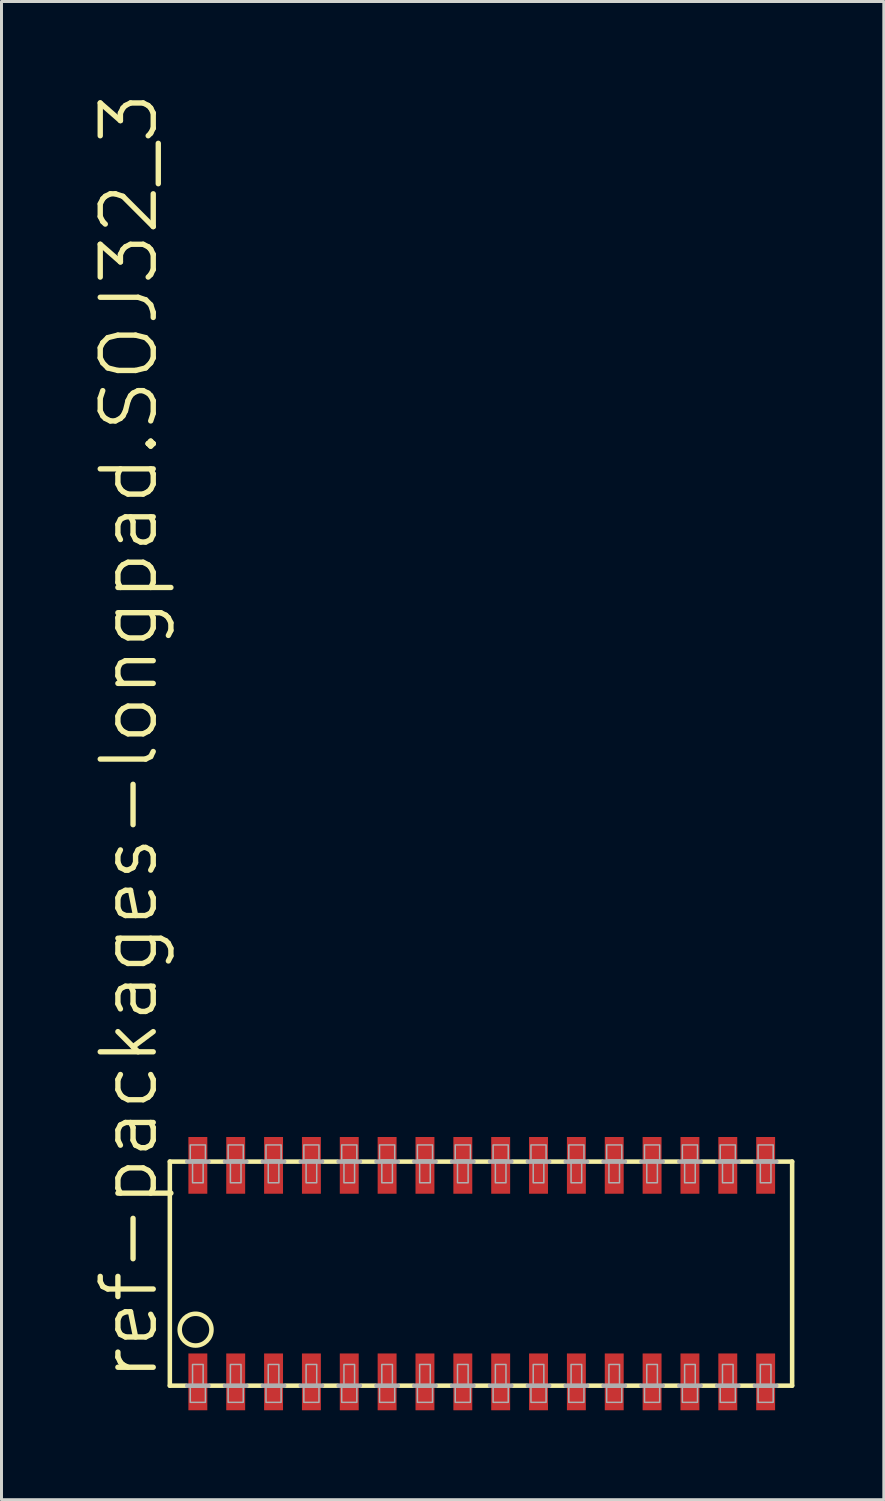
<source format=kicad_pcb>
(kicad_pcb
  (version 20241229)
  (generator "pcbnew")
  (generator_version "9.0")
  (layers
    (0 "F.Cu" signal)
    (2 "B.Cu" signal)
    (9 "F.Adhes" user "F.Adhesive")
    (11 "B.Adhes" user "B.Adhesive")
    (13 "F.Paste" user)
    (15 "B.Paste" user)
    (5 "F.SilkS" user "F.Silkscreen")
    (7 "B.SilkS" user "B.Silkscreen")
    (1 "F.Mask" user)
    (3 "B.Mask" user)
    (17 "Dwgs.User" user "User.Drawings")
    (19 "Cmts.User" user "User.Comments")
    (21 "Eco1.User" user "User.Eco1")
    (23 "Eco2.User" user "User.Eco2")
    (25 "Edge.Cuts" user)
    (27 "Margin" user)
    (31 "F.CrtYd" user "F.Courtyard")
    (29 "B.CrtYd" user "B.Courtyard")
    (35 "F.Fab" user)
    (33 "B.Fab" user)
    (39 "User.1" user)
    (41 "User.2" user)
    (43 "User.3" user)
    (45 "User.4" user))
  (footprint "ref-packages-longpad.SOJ32_3"
    (layer "F.Cu")
    (at 13.113 39.681)
    (property "Reference" "ref-packages-longpad.SOJ32_3" (at -10.795 3.683 90) (layer "F.SilkS") (effects (font (size 1.778 1.778) (thickness 0.18)) (justify left bottom)))
    (attr smd)
    (fp_line (start -10.465 -3.759) (end -10.465 3.759) (stroke (width 0.152) (type default)) (layer "F.SilkS"))
    (fp_line (start -10.465 -3.759) (end -9.931 -3.759) (stroke (width 0.152) (type default)) (layer "F.SilkS"))
    (fp_line (start -10.465 3.759) (end -9.931 3.759) (stroke (width 0.152) (type default)) (layer "F.SilkS"))
    (fp_line (start -9.119 -3.759) (end -8.661 -3.759) (stroke (width 0.152) (type default)) (layer "F.SilkS"))
    (fp_line (start -8.661 3.759) (end -9.119 3.759) (stroke (width 0.152) (type default)) (layer "F.SilkS"))
    (fp_line (start -7.849 -3.759) (end -7.391 -3.759) (stroke (width 0.152) (type default)) (layer "F.SilkS"))
    (fp_line (start -7.391 3.759) (end -7.849 3.759) (stroke (width 0.152) (type default)) (layer "F.SilkS"))
    (fp_line (start -6.579 -3.759) (end -6.121 -3.759) (stroke (width 0.152) (type default)) (layer "F.SilkS"))
    (fp_line (start -6.121 3.759) (end -6.579 3.759) (stroke (width 0.152) (type default)) (layer "F.SilkS"))
    (fp_line (start -5.309 -3.759) (end -4.851 -3.759) (stroke (width 0.152) (type default)) (layer "F.SilkS"))
    (fp_line (start -4.851 3.759) (end -5.309 3.759) (stroke (width 0.152) (type default)) (layer "F.SilkS"))
    (fp_line (start -4.039 -3.759) (end -3.581 -3.759) (stroke (width 0.152) (type default)) (layer "F.SilkS"))
    (fp_line (start -3.581 3.759) (end -4.039 3.759) (stroke (width 0.152) (type default)) (layer "F.SilkS"))
    (fp_line (start -2.769 -3.759) (end -2.311 -3.759) (stroke (width 0.152) (type default)) (layer "F.SilkS"))
    (fp_line (start -2.311 3.759) (end -2.769 3.759) (stroke (width 0.152) (type default)) (layer "F.SilkS"))
    (fp_line (start -1.499 -3.759) (end -1.041 -3.759) (stroke (width 0.152) (type default)) (layer "F.SilkS"))
    (fp_line (start -1.041 3.759) (end -1.499 3.759) (stroke (width 0.152) (type default)) (layer "F.SilkS"))
    (fp_line (start -0.229 -3.759) (end 0.229 -3.759) (stroke (width 0.152) (type default)) (layer "F.SilkS"))
    (fp_line (start 0.229 3.759) (end -0.229 3.759) (stroke (width 0.152) (type default)) (layer "F.SilkS"))
    (fp_line (start 1.041 -3.759) (end 1.499 -3.759) (stroke (width 0.152) (type default)) (layer "F.SilkS"))
    (fp_line (start 1.499 3.759) (end 1.041 3.759) (stroke (width 0.152) (type default)) (layer "F.SilkS"))
    (fp_line (start 2.311 -3.759) (end 2.769 -3.759) (stroke (width 0.152) (type default)) (layer "F.SilkS"))
    (fp_line (start 2.769 3.759) (end 2.311 3.759) (stroke (width 0.152) (type default)) (layer "F.SilkS"))
    (fp_line (start 3.581 -3.759) (end 4.039 -3.759) (stroke (width 0.152) (type default)) (layer "F.SilkS"))
    (fp_line (start 4.039 3.759) (end 3.581 3.759) (stroke (width 0.152) (type default)) (layer "F.SilkS"))
    (fp_line (start 4.851 -3.759) (end 5.309 -3.759) (stroke (width 0.152) (type default)) (layer "F.SilkS"))
    (fp_line (start 5.309 3.759) (end 4.851 3.759) (stroke (width 0.152) (type default)) (layer "F.SilkS"))
    (fp_line (start 6.121 -3.759) (end 6.579 -3.759) (stroke (width 0.152) (type default)) (layer "F.SilkS"))
    (fp_line (start 6.579 3.759) (end 6.121 3.759) (stroke (width 0.152) (type default)) (layer "F.SilkS"))
    (fp_line (start 7.391 -3.759) (end 7.849 -3.759) (stroke (width 0.152) (type default)) (layer "F.SilkS"))
    (fp_line (start 7.849 3.759) (end 7.391 3.759) (stroke (width 0.152) (type default)) (layer "F.SilkS"))
    (fp_line (start 8.661 -3.759) (end 9.119 -3.759) (stroke (width 0.152) (type default)) (layer "F.SilkS"))
    (fp_line (start 9.119 3.759) (end 8.661 3.759) (stroke (width 0.152) (type default)) (layer "F.SilkS"))
    (fp_line (start 10.414 -3.759) (end 9.931 -3.759) (stroke (width 0.152) (type default)) (layer "F.SilkS"))
    (fp_line (start 10.414 3.759) (end 9.931 3.759) (stroke (width 0.152) (type default)) (layer "F.SilkS"))
    (fp_line (start 10.414 3.759) (end 10.414 -3.759) (stroke (width 0.152) (type default)) (layer "F.SilkS"))
    (fp_circle (center -9.601 1.88) (end -9.068 1.88) (stroke (width 0.152) (type default)) (fill no) (layer "F.SilkS"))
    (fp_line (start -9.881 -3.759) (end -9.169 -3.759) (stroke (width 0.152) (type default)) (layer "F.Fab"))
    (fp_line (start -9.881 3.759) (end -9.169 3.759) (stroke (width 0.152) (type default)) (layer "F.Fab"))
    (fp_line (start -8.611 -3.759) (end -7.899 -3.759) (stroke (width 0.152) (type default)) (layer "F.Fab"))
    (fp_line (start -7.899 3.759) (end -8.611 3.759) (stroke (width 0.152) (type default)) (layer "F.Fab"))
    (fp_line (start -7.341 -3.759) (end -6.629 -3.759) (stroke (width 0.152) (type default)) (layer "F.Fab"))
    (fp_line (start -6.629 3.759) (end -7.341 3.759) (stroke (width 0.152) (type default)) (layer "F.Fab"))
    (fp_line (start -6.071 -3.759) (end -5.359 -3.759) (stroke (width 0.152) (type default)) (layer "F.Fab"))
    (fp_line (start -5.359 3.759) (end -6.071 3.759) (stroke (width 0.152) (type default)) (layer "F.Fab"))
    (fp_line (start -4.801 -3.759) (end -4.089 -3.759) (stroke (width 0.152) (type default)) (layer "F.Fab"))
    (fp_line (start -4.089 3.759) (end -4.801 3.759) (stroke (width 0.152) (type default)) (layer "F.Fab"))
    (fp_line (start -3.531 -3.759) (end -2.819 -3.759) (stroke (width 0.152) (type default)) (layer "F.Fab"))
    (fp_line (start -2.819 3.759) (end -3.531 3.759) (stroke (width 0.152) (type default)) (layer "F.Fab"))
    (fp_line (start -2.261 -3.759) (end -1.549 -3.759) (stroke (width 0.152) (type default)) (layer "F.Fab"))
    (fp_line (start -1.549 3.759) (end -2.261 3.759) (stroke (width 0.152) (type default)) (layer "F.Fab"))
    (fp_line (start -0.991 -3.759) (end -0.279 -3.759) (stroke (width 0.152) (type default)) (layer "F.Fab"))
    (fp_line (start -0.279 3.759) (end -0.991 3.759) (stroke (width 0.152) (type default)) (layer "F.Fab"))
    (fp_line (start 0.279 -3.759) (end 0.991 -3.759) (stroke (width 0.152) (type default)) (layer "F.Fab"))
    (fp_line (start 0.991 3.759) (end 0.279 3.759) (stroke (width 0.152) (type default)) (layer "F.Fab"))
    (fp_line (start 1.549 -3.759) (end 2.261 -3.759) (stroke (width 0.152) (type default)) (layer "F.Fab"))
    (fp_line (start 2.261 3.759) (end 1.549 3.759) (stroke (width 0.152) (type default)) (layer "F.Fab"))
    (fp_line (start 2.819 -3.759) (end 3.531 -3.759) (stroke (width 0.152) (type default)) (layer "F.Fab"))
    (fp_line (start 3.531 3.759) (end 2.819 3.759) (stroke (width 0.152) (type default)) (layer "F.Fab"))
    (fp_line (start 4.089 -3.759) (end 4.801 -3.759) (stroke (width 0.152) (type default)) (layer "F.Fab"))
    (fp_line (start 4.801 3.759) (end 4.089 3.759) (stroke (width 0.152) (type default)) (layer "F.Fab"))
    (fp_line (start 5.359 -3.759) (end 6.071 -3.759) (stroke (width 0.152) (type default)) (layer "F.Fab"))
    (fp_line (start 6.071 3.759) (end 5.359 3.759) (stroke (width 0.152) (type default)) (layer "F.Fab"))
    (fp_line (start 6.629 -3.759) (end 7.341 -3.759) (stroke (width 0.152) (type default)) (layer "F.Fab"))
    (fp_line (start 7.341 3.759) (end 6.629 3.759) (stroke (width 0.152) (type default)) (layer "F.Fab"))
    (fp_line (start 7.899 -3.759) (end 8.611 -3.759) (stroke (width 0.152) (type default)) (layer "F.Fab"))
    (fp_line (start 8.611 3.759) (end 7.899 3.759) (stroke (width 0.152) (type default)) (layer "F.Fab"))
    (fp_line (start 9.881 -3.759) (end 9.169 -3.759) (stroke (width 0.152) (type default)) (layer "F.Fab"))
    (fp_line (start 9.881 3.759) (end 9.169 3.759) (stroke (width 0.152) (type default)) (layer "F.Fab"))
    (fp_rect (start -9.779 -3.81) (end -9.271 -4.318) (stroke (width 0.05) (type default)) (fill no) (layer "F.Fab"))
    (fp_rect (start -9.779 4.318) (end -9.271 3.81) (stroke (width 0.05) (type default)) (fill no) (layer "F.Fab"))
    (fp_rect (start -9.703 -3.048) (end -9.347 -3.81) (stroke (width 0.05) (type default)) (fill no) (layer "F.Fab"))
    (fp_rect (start -9.703 3.81) (end -9.347 3.048) (stroke (width 0.05) (type default)) (fill no) (layer "F.Fab"))
    (fp_rect (start -8.509 -3.81) (end -8.001 -4.318) (stroke (width 0.05) (type default)) (fill no) (layer "F.Fab"))
    (fp_rect (start -8.509 4.318) (end -8.001 3.81) (stroke (width 0.05) (type default)) (fill no) (layer "F.Fab"))
    (fp_rect (start -8.433 -3.048) (end -8.077 -3.81) (stroke (width 0.05) (type default)) (fill no) (layer "F.Fab"))
    (fp_rect (start -8.433 3.81) (end -8.077 3.048) (stroke (width 0.05) (type default)) (fill no) (layer "F.Fab"))
    (fp_rect (start -7.239 -3.81) (end -6.731 -4.318) (stroke (width 0.05) (type default)) (fill no) (layer "F.Fab"))
    (fp_rect (start -7.239 4.318) (end -6.731 3.81) (stroke (width 0.05) (type default)) (fill no) (layer "F.Fab"))
    (fp_rect (start -7.163 -3.048) (end -6.807 -3.81) (stroke (width 0.05) (type default)) (fill no) (layer "F.Fab"))
    (fp_rect (start -7.163 3.81) (end -6.807 3.048) (stroke (width 0.05) (type default)) (fill no) (layer "F.Fab"))
    (fp_rect (start -5.969 -3.81) (end -5.461 -4.318) (stroke (width 0.05) (type default)) (fill no) (layer "F.Fab"))
    (fp_rect (start -5.969 4.318) (end -5.461 3.81) (stroke (width 0.05) (type default)) (fill no) (layer "F.Fab"))
    (fp_rect (start -5.893 -3.048) (end -5.537 -3.81) (stroke (width 0.05) (type default)) (fill no) (layer "F.Fab"))
    (fp_rect (start -5.893 3.81) (end -5.537 3.048) (stroke (width 0.05) (type default)) (fill no) (layer "F.Fab"))
    (fp_rect (start -4.699 -3.81) (end -4.191 -4.318) (stroke (width 0.05) (type default)) (fill no) (layer "F.Fab"))
    (fp_rect (start -4.699 4.318) (end -4.191 3.81) (stroke (width 0.05) (type default)) (fill no) (layer "F.Fab"))
    (fp_rect (start -4.623 -3.048) (end -4.267 -3.81) (stroke (width 0.05) (type default)) (fill no) (layer "F.Fab"))
    (fp_rect (start -4.623 3.81) (end -4.267 3.048) (stroke (width 0.05) (type default)) (fill no) (layer "F.Fab"))
    (fp_rect (start -3.429 -3.81) (end -2.921 -4.318) (stroke (width 0.05) (type default)) (fill no) (layer "F.Fab"))
    (fp_rect (start -3.429 4.318) (end -2.921 3.81) (stroke (width 0.05) (type default)) (fill no) (layer "F.Fab"))
    (fp_rect (start -3.353 -3.048) (end -2.997 -3.81) (stroke (width 0.05) (type default)) (fill no) (layer "F.Fab"))
    (fp_rect (start -3.353 3.81) (end -2.997 3.048) (stroke (width 0.05) (type default)) (fill no) (layer "F.Fab"))
    (fp_rect (start -2.159 -3.81) (end -1.651 -4.318) (stroke (width 0.05) (type default)) (fill no) (layer "F.Fab"))
    (fp_rect (start -2.159 4.318) (end -1.651 3.81) (stroke (width 0.05) (type default)) (fill no) (layer "F.Fab"))
    (fp_rect (start -2.083 -3.048) (end -1.727 -3.81) (stroke (width 0.05) (type default)) (fill no) (layer "F.Fab"))
    (fp_rect (start -2.083 3.81) (end -1.727 3.048) (stroke (width 0.05) (type default)) (fill no) (layer "F.Fab"))
    (fp_rect (start -0.889 -3.81) (end -0.381 -4.318) (stroke (width 0.05) (type default)) (fill no) (layer "F.Fab"))
    (fp_rect (start -0.889 4.318) (end -0.381 3.81) (stroke (width 0.05) (type default)) (fill no) (layer "F.Fab"))
    (fp_rect (start -0.813 -3.048) (end -0.457 -3.81) (stroke (width 0.05) (type default)) (fill no) (layer "F.Fab"))
    (fp_rect (start -0.813 3.81) (end -0.457 3.048) (stroke (width 0.05) (type default)) (fill no) (layer "F.Fab"))
    (fp_rect (start 0.381 -3.81) (end 0.889 -4.318) (stroke (width 0.05) (type default)) (fill no) (layer "F.Fab"))
    (fp_rect (start 0.381 4.318) (end 0.889 3.81) (stroke (width 0.05) (type default)) (fill no) (layer "F.Fab"))
    (fp_rect (start 0.457 -3.048) (end 0.813 -3.81) (stroke (width 0.05) (type default)) (fill no) (layer "F.Fab"))
    (fp_rect (start 0.457 3.81) (end 0.813 3.048) (stroke (width 0.05) (type default)) (fill no) (layer "F.Fab"))
    (fp_rect (start 1.651 -3.81) (end 2.159 -4.318) (stroke (width 0.05) (type default)) (fill no) (layer "F.Fab"))
    (fp_rect (start 1.651 4.318) (end 2.159 3.81) (stroke (width 0.05) (type default)) (fill no) (layer "F.Fab"))
    (fp_rect (start 1.727 -3.048) (end 2.083 -3.81) (stroke (width 0.05) (type default)) (fill no) (layer "F.Fab"))
    (fp_rect (start 1.727 3.81) (end 2.083 3.048) (stroke (width 0.05) (type default)) (fill no) (layer "F.Fab"))
    (fp_rect (start 2.921 -3.81) (end 3.429 -4.318) (stroke (width 0.05) (type default)) (fill no) (layer "F.Fab"))
    (fp_rect (start 2.921 4.318) (end 3.429 3.81) (stroke (width 0.05) (type default)) (fill no) (layer "F.Fab"))
    (fp_rect (start 2.997 -3.048) (end 3.353 -3.81) (stroke (width 0.05) (type default)) (fill no) (layer "F.Fab"))
    (fp_rect (start 2.997 3.81) (end 3.353 3.048) (stroke (width 0.05) (type default)) (fill no) (layer "F.Fab"))
    (fp_rect (start 4.191 -3.81) (end 4.699 -4.318) (stroke (width 0.05) (type default)) (fill no) (layer "F.Fab"))
    (fp_rect (start 4.191 4.318) (end 4.699 3.81) (stroke (width 0.05) (type default)) (fill no) (layer "F.Fab"))
    (fp_rect (start 4.267 -3.048) (end 4.623 -3.81) (stroke (width 0.05) (type default)) (fill no) (layer "F.Fab"))
    (fp_rect (start 4.267 3.81) (end 4.623 3.048) (stroke (width 0.05) (type default)) (fill no) (layer "F.Fab"))
    (fp_rect (start 5.461 -3.81) (end 5.969 -4.318) (stroke (width 0.05) (type default)) (fill no) (layer "F.Fab"))
    (fp_rect (start 5.461 4.318) (end 5.969 3.81) (stroke (width 0.05) (type default)) (fill no) (layer "F.Fab"))
    (fp_rect (start 5.537 -3.048) (end 5.893 -3.81) (stroke (width 0.05) (type default)) (fill no) (layer "F.Fab"))
    (fp_rect (start 5.537 3.81) (end 5.893 3.048) (stroke (width 0.05) (type default)) (fill no) (layer "F.Fab"))
    (fp_rect (start 6.731 -3.81) (end 7.239 -4.318) (stroke (width 0.05) (type default)) (fill no) (layer "F.Fab"))
    (fp_rect (start 6.731 4.318) (end 7.239 3.81) (stroke (width 0.05) (type default)) (fill no) (layer "F.Fab"))
    (fp_rect (start 6.807 -3.048) (end 7.163 -3.81) (stroke (width 0.05) (type default)) (fill no) (layer "F.Fab"))
    (fp_rect (start 6.807 3.81) (end 7.163 3.048) (stroke (width 0.05) (type default)) (fill no) (layer "F.Fab"))
    (fp_rect (start 8.001 -3.81) (end 8.509 -4.318) (stroke (width 0.05) (type default)) (fill no) (layer "F.Fab"))
    (fp_rect (start 8.001 4.318) (end 8.509 3.81) (stroke (width 0.05) (type default)) (fill no) (layer "F.Fab"))
    (fp_rect (start 8.077 -3.048) (end 8.433 -3.81) (stroke (width 0.05) (type default)) (fill no) (layer "F.Fab"))
    (fp_rect (start 8.077 3.81) (end 8.433 3.048) (stroke (width 0.05) (type default)) (fill no) (layer "F.Fab"))
    (fp_rect (start 9.271 -3.81) (end 9.779 -4.318) (stroke (width 0.05) (type default)) (fill no) (layer "F.Fab"))
    (fp_rect (start 9.271 4.318) (end 9.779 3.81) (stroke (width 0.05) (type default)) (fill no) (layer "F.Fab"))
    (fp_rect (start 9.347 -3.048) (end 9.703 -3.81) (stroke (width 0.05) (type default)) (fill no) (layer "F.Fab"))
    (fp_rect (start 9.347 3.81) (end 9.703 3.048) (stroke (width 0.05) (type default)) (fill no) (layer "F.Fab"))
    (pad "1" smd roundrect (at -9.525 3.632) (size 0.635 1.905) (layers "F.Cu" "F.Mask" "F.Paste") (roundrect_rratio 0.01))
    (pad "2" smd roundrect (at -8.255 3.632) (size 0.635 1.905) (layers "F.Cu" "F.Mask" "F.Paste") (roundrect_rratio 0.01))
    (pad "3" smd roundrect (at -6.985 3.632) (size 0.635 1.905) (layers "F.Cu" "F.Mask" "F.Paste") (roundrect_rratio 0.01))
    (pad "4" smd roundrect (at -5.715 3.632) (size 0.635 1.905) (layers "F.Cu" "F.Mask" "F.Paste") (roundrect_rratio 0.01))
    (pad "5" smd roundrect (at -4.445 3.632) (size 0.635 1.905) (layers "F.Cu" "F.Mask" "F.Paste") (roundrect_rratio 0.01))
    (pad "6" smd roundrect (at -3.175 3.632) (size 0.635 1.905) (layers "F.Cu" "F.Mask" "F.Paste") (roundrect_rratio 0.01))
    (pad "7" smd roundrect (at -1.905 3.632) (size 0.635 1.905) (layers "F.Cu" "F.Mask" "F.Paste") (roundrect_rratio 0.01))
    (pad "8" smd roundrect (at -0.635 3.632) (size 0.635 1.905) (layers "F.Cu" "F.Mask" "F.Paste") (roundrect_rratio 0.01))
    (pad "9" smd roundrect (at 0.635 3.632) (size 0.635 1.905) (layers "F.Cu" "F.Mask" "F.Paste") (roundrect_rratio 0.01))
    (pad "10" smd roundrect (at 1.905 3.632) (size 0.635 1.905) (layers "F.Cu" "F.Mask" "F.Paste") (roundrect_rratio 0.01))
    (pad "11" smd roundrect (at 3.175 3.632) (size 0.635 1.905) (layers "F.Cu" "F.Mask" "F.Paste") (roundrect_rratio 0.01))
    (pad "12" smd roundrect (at 4.445 3.632) (size 0.635 1.905) (layers "F.Cu" "F.Mask" "F.Paste") (roundrect_rratio 0.01))
    (pad "13" smd roundrect (at 5.715 3.632) (size 0.635 1.905) (layers "F.Cu" "F.Mask" "F.Paste") (roundrect_rratio 0.01))
    (pad "14" smd roundrect (at 6.985 3.632) (size 0.635 1.905) (layers "F.Cu" "F.Mask" "F.Paste") (roundrect_rratio 0.01))
    (pad "15" smd roundrect (at 8.255 3.632) (size 0.635 1.905) (layers "F.Cu" "F.Mask" "F.Paste") (roundrect_rratio 0.01))
    (pad "16" smd roundrect (at 9.525 3.632) (size 0.635 1.905) (layers "F.Cu" "F.Mask" "F.Paste") (roundrect_rratio 0.01))
    (pad "17" smd roundrect (at 9.525 -3.632) (size 0.635 1.905) (layers "F.Cu" "F.Mask" "F.Paste") (roundrect_rratio 0.01))
    (pad "18" smd roundrect (at 8.255 -3.632) (size 0.635 1.905) (layers "F.Cu" "F.Mask" "F.Paste") (roundrect_rratio 0.01))
    (pad "19" smd roundrect (at 6.985 -3.632) (size 0.635 1.905) (layers "F.Cu" "F.Mask" "F.Paste") (roundrect_rratio 0.01))
    (pad "20" smd roundrect (at 5.715 -3.632) (size 0.635 1.905) (layers "F.Cu" "F.Mask" "F.Paste") (roundrect_rratio 0.01))
    (pad "21" smd roundrect (at 4.445 -3.632) (size 0.635 1.905) (layers "F.Cu" "F.Mask" "F.Paste") (roundrect_rratio 0.01))
    (pad "22" smd roundrect (at 3.175 -3.632) (size 0.635 1.905) (layers "F.Cu" "F.Mask" "F.Paste") (roundrect_rratio 0.01))
    (pad "23" smd roundrect (at 1.905 -3.632) (size 0.635 1.905) (layers "F.Cu" "F.Mask" "F.Paste") (roundrect_rratio 0.01))
    (pad "24" smd roundrect (at 0.635 -3.632) (size 0.635 1.905) (layers "F.Cu" "F.Mask" "F.Paste") (roundrect_rratio 0.01))
    (pad "25" smd roundrect (at -0.635 -3.632) (size 0.635 1.905) (layers "F.Cu" "F.Mask" "F.Paste") (roundrect_rratio 0.01))
    (pad "26" smd roundrect (at -1.905 -3.632) (size 0.635 1.905) (layers "F.Cu" "F.Mask" "F.Paste") (roundrect_rratio 0.01))
    (pad "27" smd roundrect (at -3.175 -3.632) (size 0.635 1.905) (layers "F.Cu" "F.Mask" "F.Paste") (roundrect_rratio 0.01))
    (pad "28" smd roundrect (at -4.445 -3.632) (size 0.635 1.905) (layers "F.Cu" "F.Mask" "F.Paste") (roundrect_rratio 0.01))
    (pad "29" smd roundrect (at -5.715 -3.632) (size 0.635 1.905) (layers "F.Cu" "F.Mask" "F.Paste") (roundrect_rratio 0.01))
    (pad "30" smd roundrect (at -6.985 -3.632) (size 0.635 1.905) (layers "F.Cu" "F.Mask" "F.Paste") (roundrect_rratio 0.01))
    (pad "31" smd roundrect (at -8.255 -3.632) (size 0.635 1.905) (layers "F.Cu" "F.Mask" "F.Paste") (roundrect_rratio 0.01))
    (pad "32" smd roundrect (at -9.525 -3.632) (size 0.635 1.905) (layers "F.Cu" "F.Mask" "F.Paste") (roundrect_rratio 0.01)))
  (gr_rect
    (start -3 -3)
    (end 26.603 47.266)
    (stroke (width 0.1) (type default))
    (fill no)
    (layer "Edge.Cuts")))
</source>
